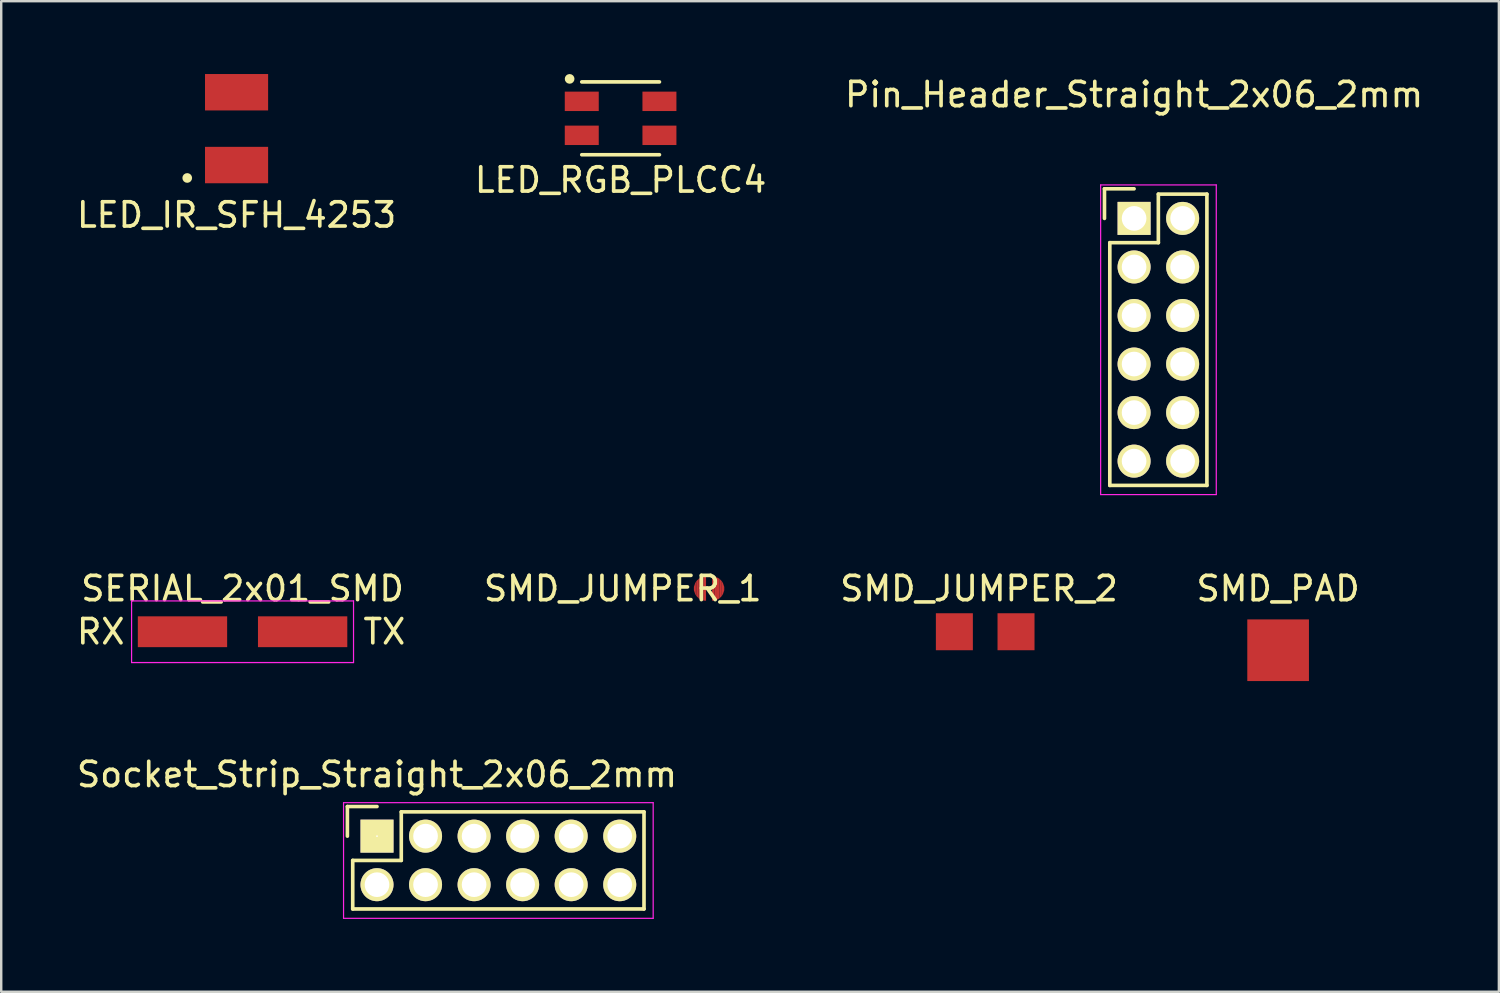
<source format=kicad_pcb>
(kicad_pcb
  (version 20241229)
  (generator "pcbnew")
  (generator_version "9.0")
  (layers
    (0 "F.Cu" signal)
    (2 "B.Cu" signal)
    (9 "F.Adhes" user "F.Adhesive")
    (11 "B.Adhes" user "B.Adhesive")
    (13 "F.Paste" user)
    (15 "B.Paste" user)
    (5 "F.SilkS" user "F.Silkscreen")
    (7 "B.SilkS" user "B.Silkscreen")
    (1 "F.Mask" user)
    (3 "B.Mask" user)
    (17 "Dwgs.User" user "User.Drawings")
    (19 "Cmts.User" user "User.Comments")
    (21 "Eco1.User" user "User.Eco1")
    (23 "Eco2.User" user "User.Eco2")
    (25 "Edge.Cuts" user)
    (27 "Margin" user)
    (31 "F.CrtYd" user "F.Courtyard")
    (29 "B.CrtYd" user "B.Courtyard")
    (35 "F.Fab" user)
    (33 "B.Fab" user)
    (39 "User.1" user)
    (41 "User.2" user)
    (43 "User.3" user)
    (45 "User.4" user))
  (footprint "SMD_PAD"
    (layer "F.Cu")
    (at 49.607 23.739)
    (property "Reference" "SMD_PAD" (at 0 -2.54 0) (layer "F.SilkS") (effects (font (size 1 1) (thickness 0.15))))
    (attr through_hole)
    (pad "1" smd rect (at 0 0) (size 2.54 2.54) (layers "F.Cu" "F.Mask" "F.Paste")))
  (footprint "LED_IR_SFH_4253"
    (layer "F.Cu")
    (at 6.696 2.25)
    (property "Reference" "LED_IR_SFH_4253" (at 0 3.556 0) (layer "F.SilkS") (effects (font (size 1 1) (thickness 0.15))))
    (attr through_hole)
    (fp_circle (center -2.032 2.032) (end -1.932 2.032) (stroke (width 0.2) (type solid)) (fill no) (layer "F.SilkS"))
    (pad "1" smd rect (at 0 1.5) (size 2.6 1.5) (layers "F.Cu" "F.Mask" "F.Paste"))
    (pad "2" smd rect (at 0 -1.5) (size 2.6 1.5) (layers "F.Cu" "F.Mask" "F.Paste")))
  (footprint "SMD_JUMPER_2"
    (layer "F.Cu")
    (at 37.539 22.977)
    (property "Reference" "SMD_JUMPER_2" (at -0.254 -1.778 0) (layer "F.SilkS") (effects (font (size 1 1) (thickness 0.15))))
    (attr through_hole)
    (fp_line (start -1.016 0) (end 1.016 0) (stroke (width 1) (type solid)) (layer "F.Mask"))
    (pad "1" smd rect (at -1.27 0) (size 1.524 1.524) (layers "F.Cu" "F.Mask" "F.Paste"))
    (pad "2" smd rect (at 1.27 0) (size 1.524 1.524) (layers "F.Cu" "F.Mask" "F.Paste")))
  (footprint "SERIAL_2x01_SMD"
    (layer "F.Cu")
    (at 5.673 22.977)
    (property "Reference" "SERIAL_2x01_SMD" (at 1.27 -1.778 0) (layer "F.SilkS") (effects (font (size 1 1) (thickness 0.15))))
    (attr through_hole)
    (fp_line (start -3.302 -1.27) (end -3.302 1.27) (stroke (width 0.05) (type solid)) (layer "F.CrtYd"))
    (fp_line (start -3.302 -1.27) (end 5.842 -1.27) (stroke (width 0.05) (type solid)) (layer "F.CrtYd"))
    (fp_line (start -3.302 1.27) (end 5.842 1.27) (stroke (width 0.05) (type solid)) (layer "F.CrtYd"))
    (fp_line (start 5.842 -1.27) (end 5.842 1.27) (stroke (width 0.05) (type solid)) (layer "F.CrtYd"))
    (fp_text user "TX" (at 7.112 0 0) (layer "F.SilkS") (effects (font (size 1 1) (thickness 0.15))))
    (fp_text user "RX" (at -4.572 0 0) (layer "F.SilkS") (effects (font (size 1 1) (thickness 0.15))))
    (pad "1" smd rect (at -1.205 0) (size 3.68 1.27) (layers "F.Cu" "F.Mask" "F.Paste"))
    (pad "2" smd rect (at 3.745 0) (size 3.68 1.27) (layers "F.Cu" "F.Mask" "F.Paste")))
  (footprint "Socket_Strip_Straight_2x06_2mm"
    (layer "F.Cu")
    (at 12.482 31.398)
    (property "Reference" "Socket_Strip_Straight_2x06_2mm" (at 0 -2.54 0) (layer "F.SilkS") (effects (font (size 1 1) (thickness 0.15))))
    (attr through_hole)
    (fp_line (start -1.22 -1.22) (end -1.22 0) (stroke (width 0.15) (type solid)) (layer "F.SilkS"))
    (fp_line (start -1 1) (end 1 1) (stroke (width 0.15) (type solid)) (layer "F.SilkS"))
    (fp_line (start -1 3) (end -1 1) (stroke (width 0.15) (type solid)) (layer "F.SilkS"))
    (fp_line (start 0 -1.22) (end -1.22 -1.22) (stroke (width 0.15) (type solid)) (layer "F.SilkS"))
    (fp_line (start 1 -1) (end 11 -1) (stroke (width 0.15) (type solid)) (layer "F.SilkS"))
    (fp_line (start 1 1) (end 1 -1) (stroke (width 0.15) (type solid)) (layer "F.SilkS"))
    (fp_line (start 11 3) (end -1 3) (stroke (width 0.15) (type solid)) (layer "F.SilkS"))
    (fp_line (start 11 3) (end 11 -1) (stroke (width 0.15) (type solid)) (layer "F.SilkS"))
    (fp_line (start -1.378 -1.378) (end -1.378 3.386) (stroke (width 0.05) (type solid)) (layer "F.CrtYd"))
    (fp_line (start -1.378 -1.378) (end 11.378 -1.378) (stroke (width 0.05) (type solid)) (layer "F.CrtYd"))
    (fp_line (start -1.378 3.386) (end 11.378 3.386) (stroke (width 0.05) (type solid)) (layer "F.CrtYd"))
    (fp_line (start 11.378 -1.378) (end 11.378 3.386) (stroke (width 0.05) (type solid)) (layer "F.CrtYd"))
    (pad "1" thru_hole rect (at 0 0) (size 1.36 1.36) (drill 0.071) (layers "*.Cu" "*.Mask" "F.SilkS"))
    (pad "2" thru_hole oval (at 0 2) (size 1.36 1.36) (drill 1.016) (layers "*.Cu" "*.Mask" "F.SilkS"))
    (pad "3" thru_hole oval (at 2 0) (size 1.36 1.36) (drill 1.016) (layers "*.Cu" "*.Mask" "F.SilkS"))
    (pad "4" thru_hole oval (at 2 2) (size 1.36 1.36) (drill 1.016) (layers "*.Cu" "*.Mask" "F.SilkS"))
    (pad "5" thru_hole oval (at 4 0) (size 1.36 1.36) (drill 1.016) (layers "*.Cu" "*.Mask" "F.SilkS"))
    (pad "6" thru_hole oval (at 4 2) (size 1.36 1.36) (drill 1.016) (layers "*.Cu" "*.Mask" "F.SilkS"))
    (pad "7" thru_hole oval (at 6 0) (size 1.36 1.36) (drill 1.016) (layers "*.Cu" "*.Mask" "F.SilkS"))
    (pad "8" thru_hole oval (at 6 2) (size 1.36 1.36) (drill 1.016) (layers "*.Cu" "*.Mask" "F.SilkS"))
    (pad "9" thru_hole oval (at 8 0) (size 1.36 1.36) (drill 1.016) (layers "*.Cu" "*.Mask" "F.SilkS"))
    (pad "10" thru_hole oval (at 8 2) (size 1.36 1.36) (drill 1.016) (layers "*.Cu" "*.Mask" "F.SilkS"))
    (pad "11" thru_hole oval (at 10 0) (size 1.36 1.36) (drill 1.016) (layers "*.Cu" "*.Mask" "F.SilkS"))
    (pad "12" thru_hole oval (at 10 2) (size 1.36 1.36) (drill 1.016) (layers "*.Cu" "*.Mask" "F.SilkS")))
  (footprint "Pin_Header_Straight_2x06_2mm"
    (layer "F.Cu")
    (at 43.673 5.948)
    (property "Reference" "Pin_Header_Straight_2x06_2mm" (at 0 -5.1 0) (layer "F.SilkS") (effects (font (size 1 1) (thickness 0.15))))
    (attr through_hole)
    (fp_line (start -1.22 -1.22) (end -1.22 0) (stroke (width 0.15) (type solid)) (layer "F.SilkS"))
    (fp_line (start -1 1) (end -1 11) (stroke (width 0.15) (type solid)) (layer "F.SilkS"))
    (fp_line (start 0 -1.22) (end -1.22 -1.22) (stroke (width 0.15) (type solid)) (layer "F.SilkS"))
    (fp_line (start 1 -1) (end 1 1) (stroke (width 0.15) (type solid)) (layer "F.SilkS"))
    (fp_line (start 1 1) (end -1 1) (stroke (width 0.15) (type solid)) (layer "F.SilkS"))
    (fp_line (start 3 -1) (end 1 -1) (stroke (width 0.15) (type solid)) (layer "F.SilkS"))
    (fp_line (start 3 11) (end -1 11) (stroke (width 0.15) (type solid)) (layer "F.SilkS"))
    (fp_line (start 3 11) (end 3 -1) (stroke (width 0.15) (type solid)) (layer "F.SilkS"))
    (fp_line (start -1.378 -1.378) (end -1.378 11.378) (stroke (width 0.05) (type solid)) (layer "F.CrtYd"))
    (fp_line (start -1.378 -1.378) (end 3.386 -1.378) (stroke (width 0.05) (type solid)) (layer "F.CrtYd"))
    (fp_line (start -1.378 11.378) (end 3.386 11.378) (stroke (width 0.05) (type solid)) (layer "F.CrtYd"))
    (fp_line (start 3.386 -1.378) (end 3.386 11.378) (stroke (width 0.05) (type solid)) (layer "F.CrtYd"))
    (pad "1" thru_hole rect (at 0 0) (size 1.36 1.36) (drill 1.016) (layers "*.Cu" "*.Mask" "F.SilkS"))
    (pad "2" thru_hole oval (at 2 0) (size 1.36 1.36) (drill 1.016) (layers "*.Cu" "*.Mask" "F.SilkS"))
    (pad "3" thru_hole oval (at 0 2) (size 1.36 1.36) (drill 1.016) (layers "*.Cu" "*.Mask" "F.SilkS"))
    (pad "4" thru_hole oval (at 2 2) (size 1.36 1.36) (drill 1.016) (layers "*.Cu" "*.Mask" "F.SilkS"))
    (pad "5" thru_hole oval (at 0 4) (size 1.36 1.36) (drill 1.016) (layers "*.Cu" "*.Mask" "F.SilkS"))
    (pad "6" thru_hole oval (at 2 4) (size 1.36 1.36) (drill 1.016) (layers "*.Cu" "*.Mask" "F.SilkS"))
    (pad "7" thru_hole oval (at 0 6) (size 1.36 1.36) (drill 1.016) (layers "*.Cu" "*.Mask" "F.SilkS"))
    (pad "8" thru_hole oval (at 2 6) (size 1.36 1.36) (drill 1.016) (layers "*.Cu" "*.Mask" "F.SilkS"))
    (pad "9" thru_hole oval (at 0 8) (size 1.36 1.36) (drill 1.016) (layers "*.Cu" "*.Mask" "F.SilkS"))
    (pad "10" thru_hole oval (at 2 8) (size 1.36 1.36) (drill 1.016) (layers "*.Cu" "*.Mask" "F.SilkS"))
    (pad "11" thru_hole oval (at 0 10) (size 1.36 1.36) (drill 1.016) (layers "*.Cu" "*.Mask" "F.SilkS"))
    (pad "12" thru_hole oval (at 2 10) (size 1.36 1.36) (drill 1.016) (layers "*.Cu" "*.Mask" "F.SilkS")))
  (footprint "SMD_JUMPER_1"
    (layer "F.Cu")
    (at 26.163 21.199)
    (property "Reference" "SMD_JUMPER_1" (at -3.556 0 0) (layer "F.SilkS") (effects (font (size 1 1) (thickness 0.15))))
    (attr through_hole)
    (fp_line (start -0.125 0) (end 0.125 0) (stroke (width 1.4) (type solid)) (layer "F.Mask"))
    (pad "1" smd trapezoid (at -0.6 0 180) (size 0.05 0.29) (rect_delta 0.15 0) (layers "F.Cu" "F.Mask" "F.Paste"))
    (pad "1" smd trapezoid (at -0.55 0 180) (size 0.05 0.525) (rect_delta 0.085 0) (layers "F.Cu" "F.Mask" "F.Paste"))
    (pad "1" smd trapezoid (at -0.475 0 180) (size 0.1 0.71) (rect_delta 0.1 0) (layers "F.Cu" "F.Mask" "F.Paste"))
    (pad "1" smd trapezoid (at -0.375 0 180) (size 0.1 0.865) (rect_delta 0.055 0) (layers "F.Cu" "F.Mask" "F.Paste"))
    (pad "1" smd trapezoid (at -0.275 0 180) (size 0.1 0.955) (rect_delta 0.035 0) (layers "F.Cu" "F.Mask" "F.Paste"))
    (pad "1" smd trapezoid (at -0.175 0 180) (size 0.1 0.995) (rect_delta 0.005 0) (layers "F.Cu" "F.Mask" "F.Paste"))
    (pad "2" smd trapezoid (at 0.175 0) (size 0.1 0.995) (rect_delta 0.005 0) (layers "F.Cu" "F.Mask" "F.Paste"))
    (pad "2" smd trapezoid (at 0.275 0) (size 0.1 0.955) (rect_delta 0.035 0) (layers "F.Cu" "F.Mask" "F.Paste"))
    (pad "2" smd trapezoid (at 0.375 0) (size 0.1 0.865) (rect_delta 0.055 0) (layers "F.Cu" "F.Mask" "F.Paste"))
    (pad "2" smd trapezoid (at 0.475 0) (size 0.1 0.71) (rect_delta 0.1 0) (layers "F.Cu" "F.Mask" "F.Paste"))
    (pad "2" smd trapezoid (at 0.55 0) (size 0.05 0.525) (rect_delta 0.085 0) (layers "F.Cu" "F.Mask" "F.Paste"))
    (pad "2" smd trapezoid (at 0.6 0) (size 0.05 0.29) (rect_delta 0.15 0) (layers "F.Cu" "F.Mask" "F.Paste")))
  (footprint "LED_RGB_PLCC4"
    (layer "F.Cu")
    (at 22.518 1.825)
    (property "Reference" "LED_RGB_PLCC4" (at 0 2.54 0) (layer "F.SilkS") (effects (font (size 1 1) (thickness 0.15))))
    (attr through_hole)
    (fp_line (start -1.6 1.5) (end 1.6 1.5) (stroke (width 0.15) (type solid)) (layer "F.SilkS"))
    (fp_line (start 1.6 -1.5) (end -1.6 -1.5) (stroke (width 0.15) (type solid)) (layer "F.SilkS"))
    (fp_circle (center -2.1 -1.625) (end -2.1 -1.525) (stroke (width 0.2) (type solid)) (fill no) (layer "F.SilkS"))
    (pad "1" smd rect (at -1.6 -0.7) (size 1.4 0.8) (layers "F.Cu" "F.Mask" "F.Paste"))
    (pad "2" smd rect (at -1.6 0.7) (size 1.4 0.8) (layers "F.Cu" "F.Mask" "F.Paste"))
    (pad "3" smd rect (at 1.6 0.7) (size 1.4 0.8) (layers "F.Cu" "F.Mask" "F.Paste"))
    (pad "4" smd rect (at 1.6 -0.7) (size 1.4 0.8) (layers "F.Cu" "F.Mask" "F.Paste")))
  (gr_rect
    (start -3 -3)
    (end 58.702 37.809)
    (stroke (width 0.1) (type default))
    (fill no)
    (layer "Edge.Cuts")))
</source>
